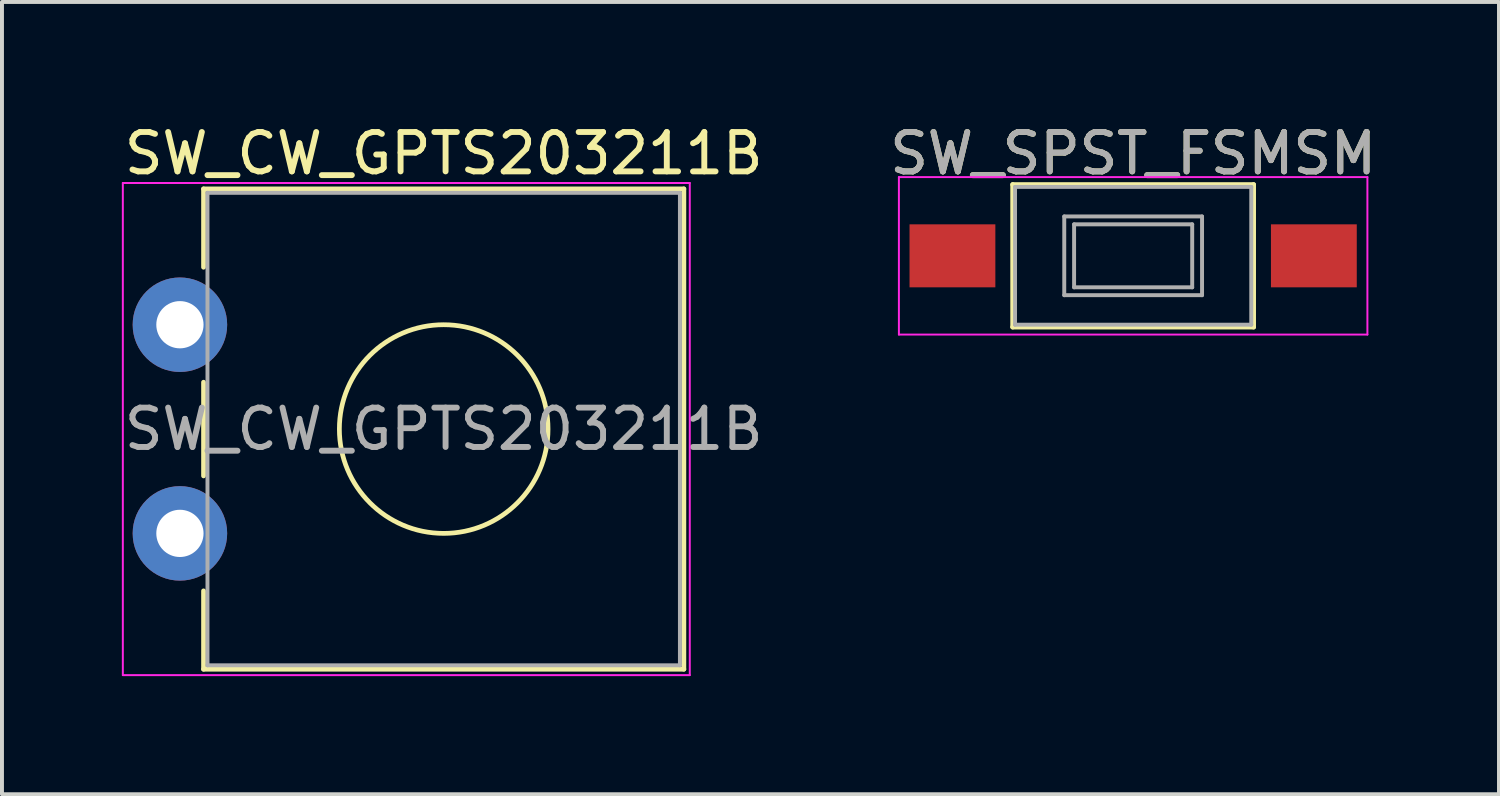
<source format=kicad_pcb>
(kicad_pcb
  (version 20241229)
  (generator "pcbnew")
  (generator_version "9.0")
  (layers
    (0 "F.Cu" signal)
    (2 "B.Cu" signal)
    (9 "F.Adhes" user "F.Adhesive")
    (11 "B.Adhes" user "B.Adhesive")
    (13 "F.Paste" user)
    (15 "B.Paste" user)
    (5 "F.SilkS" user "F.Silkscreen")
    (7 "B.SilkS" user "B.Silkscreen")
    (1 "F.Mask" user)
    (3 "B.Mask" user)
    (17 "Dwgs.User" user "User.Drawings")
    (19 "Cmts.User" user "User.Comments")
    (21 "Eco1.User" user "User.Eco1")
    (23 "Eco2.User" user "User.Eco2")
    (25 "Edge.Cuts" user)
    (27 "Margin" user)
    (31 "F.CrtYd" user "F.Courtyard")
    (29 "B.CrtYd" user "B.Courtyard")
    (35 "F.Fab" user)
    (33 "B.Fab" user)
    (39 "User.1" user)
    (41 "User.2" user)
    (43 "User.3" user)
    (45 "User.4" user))
  (footprint "SW_SPST_FSMSM"
    (layer "F.Cu")
    (at 25.732 3.448)
    (property "Reference" "SW_SPST_FSMSM" (at 0 -2.6 0) (layer "F.SilkS") (effects (font (size 1 1) (thickness 0.15))))
    (attr smd)
    (fp_line (start -3.06 -1.81) (end 3.06 -1.81) (stroke (width 0.12) (type solid)) (layer "F.SilkS"))
    (fp_line (start -3.06 1.81) (end -3.06 -1.81) (stroke (width 0.12) (type solid)) (layer "F.SilkS"))
    (fp_line (start 3.06 -1.81) (end 3.06 1.81) (stroke (width 0.12) (type solid)) (layer "F.SilkS"))
    (fp_line (start 3.06 1.81) (end -3.06 1.81) (stroke (width 0.12) (type solid)) (layer "F.SilkS"))
    (fp_line (start -5.95 -2) (end -5.95 2) (stroke (width 0.05) (type solid)) (layer "F.CrtYd"))
    (fp_line (start -5.95 -2) (end 5.95 -2) (stroke (width 0.05) (type solid)) (layer "F.CrtYd"))
    (fp_line (start -5.95 2) (end 5.95 2) (stroke (width 0.05) (type solid)) (layer "F.CrtYd"))
    (fp_line (start 5.95 -2) (end 5.95 2) (stroke (width 0.05) (type solid)) (layer "F.CrtYd"))
    (fp_line (start -3 -1.75) (end -3 1.75) (stroke (width 0.1) (type solid)) (layer "F.Fab"))
    (fp_line (start -3 -1.75) (end 3 -1.75) (stroke (width 0.1) (type solid)) (layer "F.Fab"))
    (fp_line (start -3 1.75) (end 3 1.75) (stroke (width 0.1) (type solid)) (layer "F.Fab"))
    (fp_line (start -1.75 -1) (end 1.75 -1) (stroke (width 0.1) (type solid)) (layer "F.Fab"))
    (fp_line (start -1.75 1) (end -1.75 -1) (stroke (width 0.1) (type solid)) (layer "F.Fab"))
    (fp_line (start -1.5 -0.8) (end -1.5 0.8) (stroke (width 0.1) (type solid)) (layer "F.Fab"))
    (fp_line (start -1.5 -0.8) (end 1.5 -0.8) (stroke (width 0.1) (type solid)) (layer "F.Fab"))
    (fp_line (start -1.5 0.8) (end 1.5 0.8) (stroke (width 0.1) (type solid)) (layer "F.Fab"))
    (fp_line (start 1.5 -0.8) (end 1.5 0.8) (stroke (width 0.1) (type solid)) (layer "F.Fab"))
    (fp_line (start 1.75 -1) (end 1.75 1) (stroke (width 0.1) (type solid)) (layer "F.Fab"))
    (fp_line (start 1.75 1) (end -1.75 1) (stroke (width 0.1) (type solid)) (layer "F.Fab"))
    (fp_line (start 3 -1.75) (end 3 1.75) (stroke (width 0.1) (type solid)) (layer "F.Fab"))
    (fp_text user "${REFERENCE}" (at 0 -2.6 0) (layer "F.Fab") (effects (font (size 1 1) (thickness 0.15))))
    (pad "1" smd rect (at -4.59 0) (size 2.18 1.6) (layers "F.Cu" "F.Mask" "F.Paste"))
    (pad "2" smd rect (at 4.59 0) (size 2.18 1.6) (layers "F.Cu" "F.Mask" "F.Paste")))
  (footprint "SW_CW_GPTS203211B"
    (layer "F.Cu")
    (at 1.52 5.198)
    (property "Reference" "SW_CW_GPTS203211B" (at 6.7 -4.35 0) (layer "F.SilkS") (effects (font (size 1 1) (thickness 0.15))))
    (attr through_hole)
    (fp_line (start 0.6 -3.45) (end 12.8 -3.45) (stroke (width 0.12) (type solid)) (layer "F.SilkS"))
    (fp_line (start 0.6 -1.46) (end 0.6 -3.45) (stroke (width 0.12) (type solid)) (layer "F.SilkS"))
    (fp_line (start 0.6 1.46) (end 0.6 3.84) (stroke (width 0.12) (type solid)) (layer "F.SilkS"))
    (fp_line (start 0.6 8.75) (end 0.6 6.76) (stroke (width 0.12) (type solid)) (layer "F.SilkS"))
    (fp_line (start 12.8 -3.45) (end 12.8 8.75) (stroke (width 0.12) (type solid)) (layer "F.SilkS"))
    (fp_line (start 12.8 8.75) (end 0.6 8.75) (stroke (width 0.12) (type solid)) (layer "F.SilkS"))
    (fp_circle (center 6.7 2.65) (end 9.35 2.65) (stroke (width 0.12) (type solid)) (fill no) (layer "F.SilkS"))
    (fp_line (start -1.45 -3.6) (end -1.45 8.9) (stroke (width 0.05) (type solid)) (layer "F.CrtYd"))
    (fp_line (start -1.45 8.9) (end 12.95 8.9) (stroke (width 0.05) (type solid)) (layer "F.CrtYd"))
    (fp_line (start 12.95 -3.6) (end -1.45 -3.6) (stroke (width 0.05) (type solid)) (layer "F.CrtYd"))
    (fp_line (start 12.95 8.9) (end 12.95 -3.6) (stroke (width 0.05) (type solid)) (layer "F.CrtYd"))
    (fp_line (start 0.7 -3.35) (end 0.7 8.65) (stroke (width 0.1) (type solid)) (layer "F.Fab"))
    (fp_line (start 0.7 8.65) (end 12.7 8.65) (stroke (width 0.1) (type solid)) (layer "F.Fab"))
    (fp_line (start 12.7 -3.35) (end 0.7 -3.35) (stroke (width 0.1) (type solid)) (layer "F.Fab"))
    (fp_line (start 12.7 8.65) (end 12.7 -3.35) (stroke (width 0.1) (type solid)) (layer "F.Fab"))
    (fp_text user "${REFERENCE}" (at 6.7 2.65 0) (layer "F.Fab") (effects (font (size 1 1) (thickness 0.15))))
    (pad "1" thru_hole circle (at 0 0) (size 2.4 2.4) (drill 1.2) (layers "*.Cu" "*.Mask"))
    (pad "2" thru_hole circle (at 0 5.3) (size 2.4 2.4) (drill 1.2) (layers "*.Cu" "*.Mask")))
  (gr_rect
    (start -3 -3)
    (end 35.024 17.123)
    (stroke (width 0.1) (type default))
    (fill no)
    (layer "Edge.Cuts")))
</source>
